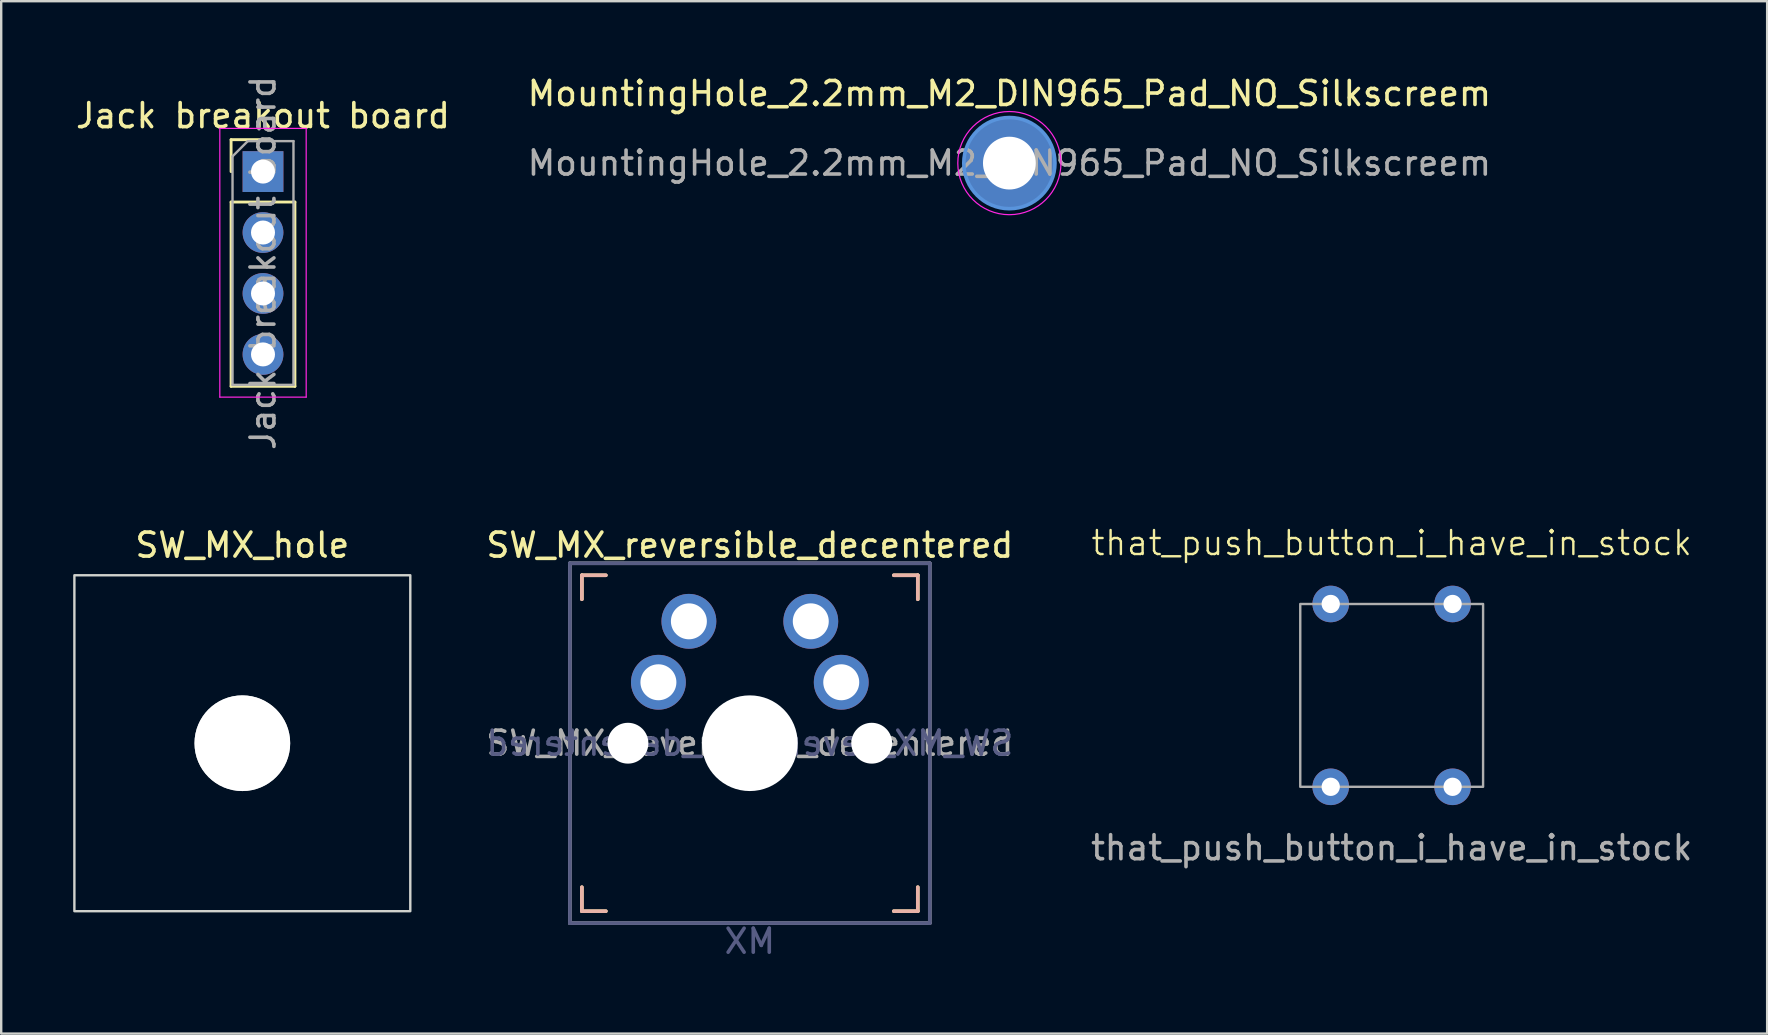
<source format=kicad_pcb>
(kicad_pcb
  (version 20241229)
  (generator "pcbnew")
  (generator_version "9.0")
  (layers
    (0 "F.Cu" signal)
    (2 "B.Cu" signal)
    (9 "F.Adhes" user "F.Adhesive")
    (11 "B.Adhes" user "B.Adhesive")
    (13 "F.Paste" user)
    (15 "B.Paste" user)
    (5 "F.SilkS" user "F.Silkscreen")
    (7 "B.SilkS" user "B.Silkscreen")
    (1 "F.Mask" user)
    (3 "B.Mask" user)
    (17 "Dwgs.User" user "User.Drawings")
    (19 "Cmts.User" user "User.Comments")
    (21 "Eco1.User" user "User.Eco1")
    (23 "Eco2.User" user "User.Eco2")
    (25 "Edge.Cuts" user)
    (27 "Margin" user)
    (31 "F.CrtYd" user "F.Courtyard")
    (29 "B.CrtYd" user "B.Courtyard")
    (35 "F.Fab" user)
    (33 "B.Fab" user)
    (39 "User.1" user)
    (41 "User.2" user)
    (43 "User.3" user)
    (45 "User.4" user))
  (footprint "Jack breakout board"
    (layer "F.Cu")
    (at 7.911 4.101)
    (property "Reference" "Jack breakout board" (at 0 -2.33 0) (layer "F.SilkS") (effects (font (size 1 1) (thickness 0.15))))
    (attr through_hole)
    (fp_line (start -1.33 -1.33) (end 0 -1.33) (stroke (width 0.12) (type solid)) (layer "F.SilkS"))
    (fp_line (start -1.33 0) (end -1.33 -1.33) (stroke (width 0.12) (type solid)) (layer "F.SilkS"))
    (fp_line (start -1.33 1.27) (end -1.33 8.95) (stroke (width 0.12) (type solid)) (layer "F.SilkS"))
    (fp_line (start -1.33 1.27) (end 1.33 1.27) (stroke (width 0.12) (type solid)) (layer "F.SilkS"))
    (fp_line (start -1.33 8.95) (end 1.33 8.95) (stroke (width 0.12) (type solid)) (layer "F.SilkS"))
    (fp_line (start 1.33 1.27) (end 1.33 8.95) (stroke (width 0.12) (type solid)) (layer "F.SilkS"))
    (fp_line (start -1.8 -1.8) (end -1.8 9.4) (stroke (width 0.05) (type solid)) (layer "F.CrtYd"))
    (fp_line (start -1.8 9.4) (end 1.8 9.4) (stroke (width 0.05) (type solid)) (layer "F.CrtYd"))
    (fp_line (start 1.8 -1.8) (end -1.8 -1.8) (stroke (width 0.05) (type solid)) (layer "F.CrtYd"))
    (fp_line (start 1.8 9.4) (end 1.8 -1.8) (stroke (width 0.05) (type solid)) (layer "F.CrtYd"))
    (fp_line (start -1.27 -0.635) (end -0.635 -1.27) (stroke (width 0.1) (type solid)) (layer "F.Fab"))
    (fp_line (start -1.27 8.89) (end -1.27 -0.635) (stroke (width 0.1) (type solid)) (layer "F.Fab"))
    (fp_line (start -0.635 -1.27) (end 1.27 -1.27) (stroke (width 0.1) (type solid)) (layer "F.Fab"))
    (fp_line (start 1.27 -1.27) (end 1.27 8.89) (stroke (width 0.1) (type solid)) (layer "F.Fab"))
    (fp_line (start 1.27 8.89) (end -1.27 8.89) (stroke (width 0.1) (type solid)) (layer "F.Fab"))
    (fp_text user "${REFERENCE}" (at 0 3.81 90) (layer "F.Fab") (effects (font (size 1 1) (thickness 0.15))))
    (pad "R1" thru_hole oval (at 0 2.54) (size 1.7 1.7) (drill 1) (layers "*.Cu" "*.Mask"))
    (pad "R2" thru_hole oval (at 0 5.08) (size 1.7 1.7) (drill 1) (layers "*.Cu" "*.Mask"))
    (pad "S" thru_hole oval (at 0 7.62) (size 1.7 1.7) (drill 1) (layers "*.Cu" "*.Mask"))
    (pad "T" thru_hole rect (at 0 0) (size 1.7 1.7) (drill 1) (layers "*.Cu" "*.Mask")))
  (footprint "SW_MX_hole"
    (layer "F.Cu")
    (at 9.59 22.845)
    (property "Reference" "SW_MX_hole" (at -2.54 -3.175 0) (layer "F.SilkS") (effects (font (size 1 1) (thickness 0.15))))
    (attr through_hole)
    (fp_rect (start -9.54 -1.92) (end 4.46 12.08) (stroke (width 0.1) (type default)) (fill no) (layer "Edge.Cuts"))
    (pad "" np_thru_hole circle (at -2.54 5.08) (size 3.988 3.988) (drill 3.988) (layers "*.Cu" "Dwgs.User")))
  (footprint "that_push_button_i_have_in_stock"
    (layer "F.Cu")
    (at 52.411 22.122)
    (property "Reference" "that_push_button_i_have_in_stock" (at 2.54 -2.54 0) (unlocked yes) (layer "F.SilkS") (effects (font (size 1 1) (thickness 0.1))))
    (attr through_hole)
    (fp_rect (start -1.27 0) (end 6.35 7.62) (stroke (width 0.1) (type default)) (fill no) (layer "F.Fab"))
    (fp_text user "${REFERENCE}" (at 2.54 10.16 0) (unlocked yes) (layer "F.Fab") (effects (font (size 1 1) (thickness 0.15))))
    (pad "1" thru_hole circle (at 0 0) (size 1.524 1.524) (drill 0.762) (layers "*.Cu" "*.Mask"))
    (pad "1" thru_hole circle (at 0 7.62) (size 1.524 1.524) (drill 0.762) (layers "*.Cu" "*.Mask"))
    (pad "2" thru_hole circle (at 5.08 0) (size 1.524 1.524) (drill 0.762) (layers "*.Cu" "*.Mask"))
    (pad "2" thru_hole circle (at 5.08 7.62) (size 1.524 1.524) (drill 0.762) (layers "*.Cu" "*.Mask")))
  (footprint "MountingHole_2.2mm_M2_DIN965_Pad_NO_Silkscreem"
    (layer "F.Cu")
    (at 39.018 3.748)
    (property "Reference" "MountingHole_2.2mm_M2_DIN965_Pad_NO_Silkscreem" (at 0 -2.9 0) (layer "F.SilkS") (effects (font (size 1 1) (thickness 0.15))))
    (attr board_only exclude_from_pos_files exclude_from_bom)
    (fp_circle (center 0 0) (end 1.9 0) (stroke (width 0.15) (type solid)) (fill no) (layer "Cmts.User"))
    (fp_circle (center 0 0) (end 2.15 0) (stroke (width 0.05) (type solid)) (fill no) (layer "F.CrtYd"))
    (fp_text user "${REFERENCE}" (at 0 0 0) (layer "F.Fab") (effects (font (size 1 1) (thickness 0.15))))
    (pad "1" thru_hole circle (at 0 0) (size 3.8 3.8) (drill 2.2) (layers "*.Cu" "*.Mask")))
  (footprint "SW_MX_reversible_decentered"
    (layer "F.Cu")
    (at 30.741 22.845)
    (property "Reference" "SW_MX_reversible_decentered" (at -2.54 -3.175 0) (layer "F.SilkS") (effects (font (size 1 1) (thickness 0.15))))
    (property "Value" "MX" (at -2.54 13.335 0) (layer "F.Fab") (hide yes) (effects (font (size 1 1) (thickness 0.15))))
    (attr through_hole)
    (fp_line (start -9.54 -1.92) (end -8.54 -1.92) (stroke (width 0.15) (type solid)) (layer "F.SilkS"))
    (fp_line (start -9.54 -0.92) (end -9.54 -1.92) (stroke (width 0.15) (type solid)) (layer "F.SilkS"))
    (fp_line (start -9.54 12.08) (end -9.54 11.08) (stroke (width 0.15) (type solid)) (layer "F.SilkS"))
    (fp_line (start -8.54 12.08) (end -9.54 12.08) (stroke (width 0.15) (type solid)) (layer "F.SilkS"))
    (fp_line (start 3.46 -1.92) (end 4.46 -1.92) (stroke (width 0.15) (type solid)) (layer "F.SilkS"))
    (fp_line (start 4.46 -1.92) (end 4.46 -0.92) (stroke (width 0.15) (type solid)) (layer "F.SilkS"))
    (fp_line (start 4.46 11.08) (end 4.46 12.08) (stroke (width 0.15) (type solid)) (layer "F.SilkS"))
    (fp_line (start 4.46 12.08) (end 3.46 12.08) (stroke (width 0.15) (type solid)) (layer "F.SilkS"))
    (fp_line (start -9.54 -1.92) (end -8.54 -1.92) (stroke (width 0.15) (type solid)) (layer "B.SilkS"))
    (fp_line (start -9.54 -0.92) (end -9.54 -1.92) (stroke (width 0.15) (type solid)) (layer "B.SilkS"))
    (fp_line (start -9.54 12.08) (end -9.54 11.08) (stroke (width 0.15) (type solid)) (layer "B.SilkS"))
    (fp_line (start -8.54 12.08) (end -9.54 12.08) (stroke (width 0.15) (type solid)) (layer "B.SilkS"))
    (fp_line (start 3.46 -1.92) (end 4.46 -1.92) (stroke (width 0.15) (type solid)) (layer "B.SilkS"))
    (fp_line (start 4.46 -1.92) (end 4.46 -0.92) (stroke (width 0.15) (type solid)) (layer "B.SilkS"))
    (fp_line (start 4.46 11.08) (end 4.46 12.08) (stroke (width 0.15) (type solid)) (layer "B.SilkS"))
    (fp_line (start 4.46 12.08) (end 3.46 12.08) (stroke (width 0.15) (type solid)) (layer "B.SilkS"))
    (fp_line (start -9.44 11.98) (end -9.44 -1.82) (stroke (width 0.15) (type solid)) (layer "Eco2.User"))
    (fp_line (start -9.44 11.98) (end 4.36 11.98) (stroke (width 0.15) (type solid)) (layer "Eco2.User"))
    (fp_line (start 4.36 -1.82) (end -9.44 -1.82) (stroke (width 0.15) (type solid)) (layer "Eco2.User"))
    (fp_line (start 4.36 -1.82) (end 4.36 11.98) (stroke (width 0.15) (type solid)) (layer "Eco2.User"))
    (fp_line (start -10.04 -2.42) (end 4.96 -2.42) (stroke (width 0.15) (type solid)) (layer "B.Fab"))
    (fp_line (start -10.04 12.58) (end -10.04 -2.42) (stroke (width 0.15) (type solid)) (layer "B.Fab"))
    (fp_line (start 4.96 -2.42) (end 4.96 12.58) (stroke (width 0.15) (type solid)) (layer "B.Fab"))
    (fp_line (start 4.96 12.58) (end -10.04 12.58) (stroke (width 0.15) (type solid)) (layer "B.Fab"))
    (fp_line (start -10.04 -2.42) (end 4.96 -2.42) (stroke (width 0.15) (type solid)) (layer "F.Fab"))
    (fp_line (start -10.04 12.58) (end -10.04 -2.42) (stroke (width 0.15) (type solid)) (layer "F.Fab"))
    (fp_line (start 4.96 -2.42) (end 4.96 12.58) (stroke (width 0.15) (type solid)) (layer "F.Fab"))
    (fp_line (start 4.96 12.58) (end -10.04 12.58) (stroke (width 0.15) (type solid)) (layer "F.Fab"))
    (fp_text user "${VALUE}" (at -2.54 13.335 0) (layer "B.Fab") (effects (font (size 1 1) (thickness 0.15)) (justify mirror)))
    (fp_text user "${REFERENCE}" (at -2.54 5.08 0) (layer "B.Fab") (effects (font (size 1 1) (thickness 0.15)) (justify mirror)))
    (fp_text user "${REFERENCE}" (at -2.54 5.08 0) (layer "F.Fab") (effects (font (size 1 1) (thickness 0.15))))
    (pad "" np_thru_hole circle (at -7.62 5.08) (size 1.702 1.702) (drill 1.702) (layers "*.Cu" "*.Mask"))
    (pad "" np_thru_hole circle (at -2.54 5.08) (size 3.988 3.988) (drill 3.988) (layers "*.Cu" "*.Mask"))
    (pad "" np_thru_hole circle (at 2.54 5.08) (size 1.702 1.702) (drill 1.702) (layers "*.Cu" "*.Mask"))
    (pad "1" thru_hole circle (at 0 0) (size 2.286 2.286) (drill 1.499) (layers "*.Cu" "*.Mask"))
    (pad "1" thru_hole circle (at 1.27 2.54) (size 2.286 2.286) (drill 1.499) (layers "*.Cu" "*.Mask"))
    (pad "2" thru_hole circle (at -6.35 2.54) (size 2.286 2.286) (drill 1.499) (layers "*.Cu" "*.Mask"))
    (pad "2" thru_hole circle (at -5.08 0) (size 2.286 2.286) (drill 1.499) (layers "*.Cu" "*.Mask")))
  (gr_rect
    (start -3 -3)
    (end 70.6 40.028)
    (stroke (width 0.1) (type default))
    (fill no)
    (layer "Edge.Cuts")))
</source>
